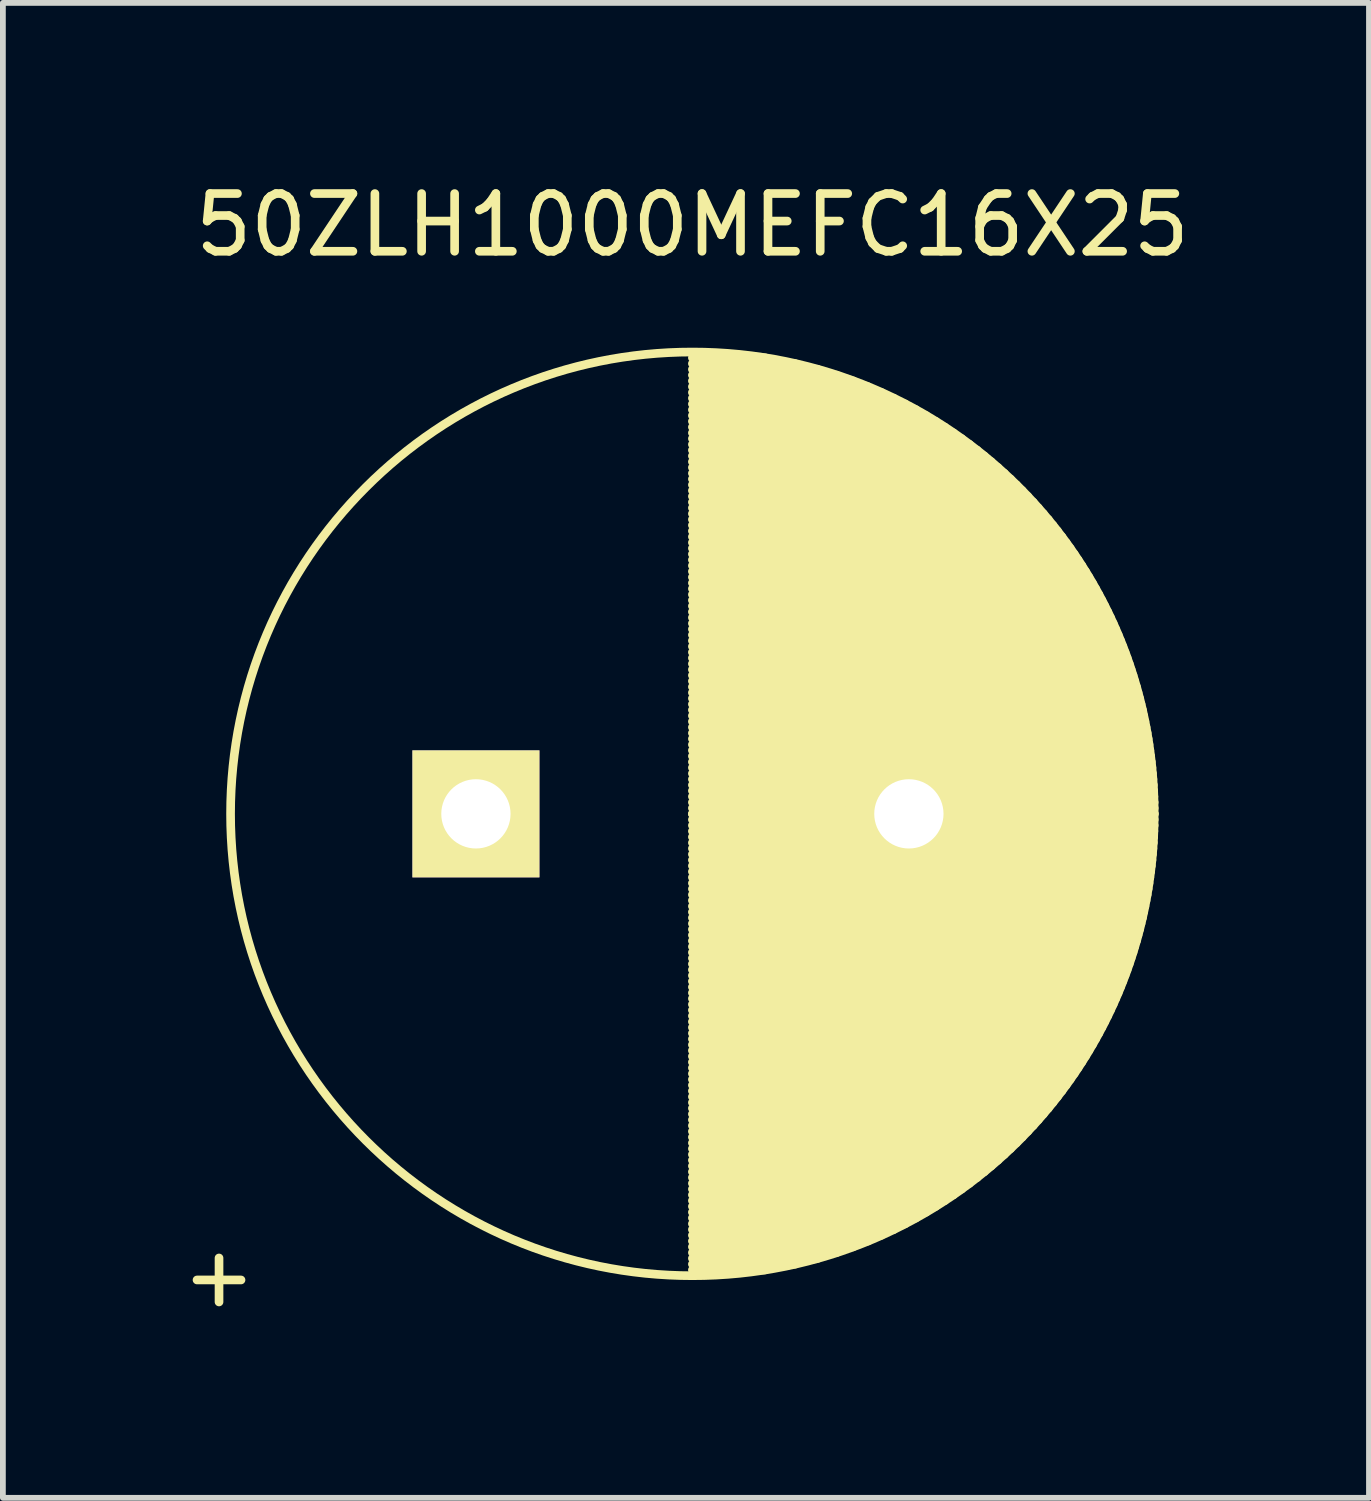
<source format=kicad_pcb>
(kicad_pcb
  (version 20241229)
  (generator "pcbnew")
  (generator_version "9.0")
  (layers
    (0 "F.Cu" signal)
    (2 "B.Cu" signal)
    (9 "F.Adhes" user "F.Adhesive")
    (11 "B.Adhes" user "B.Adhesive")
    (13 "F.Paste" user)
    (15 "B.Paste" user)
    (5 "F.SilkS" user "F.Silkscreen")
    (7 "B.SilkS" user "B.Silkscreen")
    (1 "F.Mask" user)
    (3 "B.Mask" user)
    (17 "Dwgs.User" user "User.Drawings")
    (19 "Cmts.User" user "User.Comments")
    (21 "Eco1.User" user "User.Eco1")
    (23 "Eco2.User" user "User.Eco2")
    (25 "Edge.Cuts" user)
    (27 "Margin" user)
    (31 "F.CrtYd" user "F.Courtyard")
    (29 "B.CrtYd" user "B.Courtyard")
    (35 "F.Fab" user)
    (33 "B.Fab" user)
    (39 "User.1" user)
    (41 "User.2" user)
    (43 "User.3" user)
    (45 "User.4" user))
  (footprint "50ZLH1000MEFC16X25"
    (layer "F.Cu")
    (at 5.194 11.048)
    (property "Reference" "50ZLH1000MEFC16X25" (at 3.75 -10.2 0) (layer "F.SilkS") (effects (font (size 1 1) (thickness 0.15))))
    (attr through_hole)
    (fp_line (start 3.75 -7.9) (end 5.011 -7.9) (stroke (width 0.15) (type solid)) (layer "F.SilkS"))
    (fp_line (start 3.75 -7.8) (end 5.528 -7.8) (stroke (width 0.15) (type solid)) (layer "F.SilkS"))
    (fp_line (start 3.75 -7.7) (end 5.92 -7.7) (stroke (width 0.15) (type solid)) (layer "F.SilkS"))
    (fp_line (start 3.75 -7.6) (end 6.248 -7.6) (stroke (width 0.15) (type solid)) (layer "F.SilkS"))
    (fp_line (start 3.75 -7.5) (end 6.534 -7.5) (stroke (width 0.15) (type solid)) (layer "F.SilkS"))
    (fp_line (start 3.75 -7.4) (end 6.79 -7.4) (stroke (width 0.15) (type solid)) (layer "F.SilkS"))
    (fp_line (start 3.75 -7.3) (end 7.023 -7.3) (stroke (width 0.15) (type solid)) (layer "F.SilkS"))
    (fp_line (start 3.75 -7.2) (end 7.237 -7.2) (stroke (width 0.15) (type solid)) (layer "F.SilkS"))
    (fp_line (start 3.75 -7.1) (end 7.436 -7.1) (stroke (width 0.15) (type solid)) (layer "F.SilkS"))
    (fp_line (start 3.75 -7) (end 7.623 -7) (stroke (width 0.15) (type solid)) (layer "F.SilkS"))
    (fp_line (start 3.75 -6.9) (end 7.798 -6.9) (stroke (width 0.15) (type solid)) (layer "F.SilkS"))
    (fp_line (start 3.75 -6.8) (end 7.964 -6.8) (stroke (width 0.15) (type solid)) (layer "F.SilkS"))
    (fp_line (start 3.75 -6.7) (end 8.121 -6.7) (stroke (width 0.15) (type solid)) (layer "F.SilkS"))
    (fp_line (start 3.75 -6.6) (end 8.271 -6.6) (stroke (width 0.15) (type solid)) (layer "F.SilkS"))
    (fp_line (start 3.75 -6.5) (end 8.414 -6.5) (stroke (width 0.15) (type solid)) (layer "F.SilkS"))
    (fp_line (start 3.75 -6.4) (end 8.55 -6.4) (stroke (width 0.15) (type solid)) (layer "F.SilkS"))
    (fp_line (start 3.75 -6.3) (end 8.681 -6.3) (stroke (width 0.15) (type solid)) (layer "F.SilkS"))
    (fp_line (start 3.75 -6.2) (end 8.806 -6.2) (stroke (width 0.15) (type solid)) (layer "F.SilkS"))
    (fp_line (start 3.75 -6.1) (end 8.926 -6.1) (stroke (width 0.15) (type solid)) (layer "F.SilkS"))
    (fp_line (start 3.75 -6) (end 9.042 -6) (stroke (width 0.15) (type solid)) (layer "F.SilkS"))
    (fp_line (start 3.75 -5.9) (end 9.153 -5.9) (stroke (width 0.15) (type solid)) (layer "F.SilkS"))
    (fp_line (start 3.75 -5.8) (end 9.26 -5.8) (stroke (width 0.15) (type solid)) (layer "F.SilkS"))
    (fp_line (start 3.75 -5.7) (end 9.363 -5.7) (stroke (width 0.15) (type solid)) (layer "F.SilkS"))
    (fp_line (start 3.75 -5.6) (end 9.463 -5.6) (stroke (width 0.15) (type solid)) (layer "F.SilkS"))
    (fp_line (start 3.75 -5.5) (end 9.559 -5.5) (stroke (width 0.15) (type solid)) (layer "F.SilkS"))
    (fp_line (start 3.75 -5.4) (end 9.653 -5.4) (stroke (width 0.15) (type solid)) (layer "F.SilkS"))
    (fp_line (start 3.75 -5.3) (end 9.742 -5.3) (stroke (width 0.15) (type solid)) (layer "F.SilkS"))
    (fp_line (start 3.75 -5.2) (end 9.829 -5.2) (stroke (width 0.15) (type solid)) (layer "F.SilkS"))
    (fp_line (start 3.75 -5.1) (end 9.914 -5.1) (stroke (width 0.15) (type solid)) (layer "F.SilkS"))
    (fp_line (start 3.75 -5) (end 9.995 -5) (stroke (width 0.15) (type solid)) (layer "F.SilkS"))
    (fp_line (start 3.75 -4.9) (end 10.074 -4.9) (stroke (width 0.15) (type solid)) (layer "F.SilkS"))
    (fp_line (start 3.75 -4.8) (end 10.15 -4.8) (stroke (width 0.15) (type solid)) (layer "F.SilkS"))
    (fp_line (start 3.75 -4.7) (end 10.224 -4.7) (stroke (width 0.15) (type solid)) (layer "F.SilkS"))
    (fp_line (start 3.75 -4.6) (end 10.295 -4.6) (stroke (width 0.15) (type solid)) (layer "F.SilkS"))
    (fp_line (start 3.75 -4.5) (end 10.364 -4.5) (stroke (width 0.15) (type solid)) (layer "F.SilkS"))
    (fp_line (start 3.75 -4.4) (end 10.431 -4.4) (stroke (width 0.15) (type solid)) (layer "F.SilkS"))
    (fp_line (start 3.75 -4.3) (end 10.496 -4.3) (stroke (width 0.15) (type solid)) (layer "F.SilkS"))
    (fp_line (start 3.75 -4.2) (end 10.559 -4.2) (stroke (width 0.15) (type solid)) (layer "F.SilkS"))
    (fp_line (start 3.75 -4.1) (end 10.619 -4.1) (stroke (width 0.15) (type solid)) (layer "F.SilkS"))
    (fp_line (start 3.75 -4) (end 10.678 -4) (stroke (width 0.15) (type solid)) (layer "F.SilkS"))
    (fp_line (start 3.75 -3.9) (end 10.735 -3.9) (stroke (width 0.15) (type solid)) (layer "F.SilkS"))
    (fp_line (start 3.75 -3.8) (end 10.79 -3.8) (stroke (width 0.15) (type solid)) (layer "F.SilkS"))
    (fp_line (start 3.75 -3.7) (end 10.843 -3.7) (stroke (width 0.15) (type solid)) (layer "F.SilkS"))
    (fp_line (start 3.75 -3.6) (end 10.894 -3.6) (stroke (width 0.15) (type solid)) (layer "F.SilkS"))
    (fp_line (start 3.75 -3.5) (end 10.944 -3.5) (stroke (width 0.15) (type solid)) (layer "F.SilkS"))
    (fp_line (start 3.75 -3.4) (end 10.992 -3.4) (stroke (width 0.15) (type solid)) (layer "F.SilkS"))
    (fp_line (start 3.75 -3.3) (end 11.038 -3.3) (stroke (width 0.15) (type solid)) (layer "F.SilkS"))
    (fp_line (start 3.75 -3.2) (end 11.082 -3.2) (stroke (width 0.15) (type solid)) (layer "F.SilkS"))
    (fp_line (start 3.75 -3.1) (end 11.125 -3.1) (stroke (width 0.15) (type solid)) (layer "F.SilkS"))
    (fp_line (start 3.75 -3) (end 11.166 -3) (stroke (width 0.15) (type solid)) (layer "F.SilkS"))
    (fp_line (start 3.75 -2.9) (end 11.206 -2.9) (stroke (width 0.15) (type solid)) (layer "F.SilkS"))
    (fp_line (start 3.75 -2.8) (end 11.244 -2.8) (stroke (width 0.15) (type solid)) (layer "F.SilkS"))
    (fp_line (start 3.75 -2.7) (end 11.281 -2.7) (stroke (width 0.15) (type solid)) (layer "F.SilkS"))
    (fp_line (start 3.75 -2.6) (end 11.316 -2.6) (stroke (width 0.15) (type solid)) (layer "F.SilkS"))
    (fp_line (start 3.75 -2.5) (end 11.349 -2.5) (stroke (width 0.15) (type solid)) (layer "F.SilkS"))
    (fp_line (start 3.75 -2.4) (end 11.382 -2.4) (stroke (width 0.15) (type solid)) (layer "F.SilkS"))
    (fp_line (start 3.75 -2.3) (end 11.412 -2.3) (stroke (width 0.15) (type solid)) (layer "F.SilkS"))
    (fp_line (start 3.75 -2.2) (end 11.442 -2.2) (stroke (width 0.15) (type solid)) (layer "F.SilkS"))
    (fp_line (start 3.75 -2.1) (end 11.469 -2.1) (stroke (width 0.15) (type solid)) (layer "F.SilkS"))
    (fp_line (start 3.75 -2) (end 11.496 -2) (stroke (width 0.15) (type solid)) (layer "F.SilkS"))
    (fp_line (start 3.75 -1.9) (end 11.521 -1.9) (stroke (width 0.15) (type solid)) (layer "F.SilkS"))
    (fp_line (start 3.75 -1.8) (end 11.545 -1.8) (stroke (width 0.15) (type solid)) (layer "F.SilkS"))
    (fp_line (start 3.75 -1.7) (end 11.567 -1.7) (stroke (width 0.15) (type solid)) (layer "F.SilkS"))
    (fp_line (start 3.75 -1.6) (end 11.588 -1.6) (stroke (width 0.15) (type solid)) (layer "F.SilkS"))
    (fp_line (start 3.75 -1.5) (end 11.608 -1.5) (stroke (width 0.15) (type solid)) (layer "F.SilkS"))
    (fp_line (start 3.75 -1.4) (end 11.627 -1.4) (stroke (width 0.15) (type solid)) (layer "F.SilkS"))
    (fp_line (start 3.75 -1.3) (end 11.644 -1.3) (stroke (width 0.15) (type solid)) (layer "F.SilkS"))
    (fp_line (start 3.75 -1.2) (end 11.659 -1.2) (stroke (width 0.15) (type solid)) (layer "F.SilkS"))
    (fp_line (start 3.75 -1.1) (end 11.674 -1.1) (stroke (width 0.15) (type solid)) (layer "F.SilkS"))
    (fp_line (start 3.75 -1) (end 11.687 -1) (stroke (width 0.15) (type solid)) (layer "F.SilkS"))
    (fp_line (start 3.75 -0.9) (end 11.699 -0.9) (stroke (width 0.15) (type solid)) (layer "F.SilkS"))
    (fp_line (start 3.75 -0.8) (end 11.71 -0.8) (stroke (width 0.15) (type solid)) (layer "F.SilkS"))
    (fp_line (start 3.75 -0.7) (end 11.719 -0.7) (stroke (width 0.15) (type solid)) (layer "F.SilkS"))
    (fp_line (start 3.75 -0.6) (end 11.727 -0.6) (stroke (width 0.15) (type solid)) (layer "F.SilkS"))
    (fp_line (start 3.75 -0.5) (end 11.734 -0.5) (stroke (width 0.15) (type solid)) (layer "F.SilkS"))
    (fp_line (start 3.75 -0.4) (end 11.74 -0.4) (stroke (width 0.15) (type solid)) (layer "F.SilkS"))
    (fp_line (start 3.75 -0.3) (end 11.744 -0.3) (stroke (width 0.15) (type solid)) (layer "F.SilkS"))
    (fp_line (start 3.75 -0.2) (end 11.748 -0.2) (stroke (width 0.15) (type solid)) (layer "F.SilkS"))
    (fp_line (start 3.75 -0.1) (end 11.749 -0.1) (stroke (width 0.15) (type solid)) (layer "F.SilkS"))
    (fp_line (start 3.75 0) (end 11.75 0) (stroke (width 0.15) (type solid)) (layer "F.SilkS"))
    (fp_line (start 3.75 0) (end 11.75 0) (stroke (width 0.15) (type solid)) (layer "F.SilkS"))
    (fp_line (start 3.75 0.1) (end 11.749 0.1) (stroke (width 0.15) (type solid)) (layer "F.SilkS"))
    (fp_line (start 3.75 0.2) (end 11.748 0.2) (stroke (width 0.15) (type solid)) (layer "F.SilkS"))
    (fp_line (start 3.75 0.3) (end 11.744 0.3) (stroke (width 0.15) (type solid)) (layer "F.SilkS"))
    (fp_line (start 3.75 0.4) (end 11.74 0.4) (stroke (width 0.15) (type solid)) (layer "F.SilkS"))
    (fp_line (start 3.75 0.5) (end 11.734 0.5) (stroke (width 0.15) (type solid)) (layer "F.SilkS"))
    (fp_line (start 3.75 0.6) (end 11.727 0.6) (stroke (width 0.15) (type solid)) (layer "F.SilkS"))
    (fp_line (start 3.75 0.7) (end 11.719 0.7) (stroke (width 0.15) (type solid)) (layer "F.SilkS"))
    (fp_line (start 3.75 0.8) (end 11.71 0.8) (stroke (width 0.15) (type solid)) (layer "F.SilkS"))
    (fp_line (start 3.75 0.9) (end 11.699 0.9) (stroke (width 0.15) (type solid)) (layer "F.SilkS"))
    (fp_line (start 3.75 1) (end 11.687 1) (stroke (width 0.15) (type solid)) (layer "F.SilkS"))
    (fp_line (start 3.75 1.1) (end 11.674 1.1) (stroke (width 0.15) (type solid)) (layer "F.SilkS"))
    (fp_line (start 3.75 1.2) (end 11.659 1.2) (stroke (width 0.15) (type solid)) (layer "F.SilkS"))
    (fp_line (start 3.75 1.3) (end 11.644 1.3) (stroke (width 0.15) (type solid)) (layer "F.SilkS"))
    (fp_line (start 3.75 1.4) (end 11.627 1.4) (stroke (width 0.15) (type solid)) (layer "F.SilkS"))
    (fp_line (start 3.75 1.5) (end 11.608 1.5) (stroke (width 0.15) (type solid)) (layer "F.SilkS"))
    (fp_line (start 3.75 1.6) (end 11.588 1.6) (stroke (width 0.15) (type solid)) (layer "F.SilkS"))
    (fp_line (start 3.75 1.7) (end 11.567 1.7) (stroke (width 0.15) (type solid)) (layer "F.SilkS"))
    (fp_line (start 3.75 1.8) (end 11.545 1.8) (stroke (width 0.15) (type solid)) (layer "F.SilkS"))
    (fp_line (start 3.75 1.9) (end 11.521 1.9) (stroke (width 0.15) (type solid)) (layer "F.SilkS"))
    (fp_line (start 3.75 2) (end 11.496 2) (stroke (width 0.15) (type solid)) (layer "F.SilkS"))
    (fp_line (start 3.75 2.1) (end 11.469 2.1) (stroke (width 0.15) (type solid)) (layer "F.SilkS"))
    (fp_line (start 3.75 2.2) (end 11.442 2.2) (stroke (width 0.15) (type solid)) (layer "F.SilkS"))
    (fp_line (start 3.75 2.3) (end 11.412 2.3) (stroke (width 0.15) (type solid)) (layer "F.SilkS"))
    (fp_line (start 3.75 2.4) (end 11.382 2.4) (stroke (width 0.15) (type solid)) (layer "F.SilkS"))
    (fp_line (start 3.75 2.5) (end 11.349 2.5) (stroke (width 0.15) (type solid)) (layer "F.SilkS"))
    (fp_line (start 3.75 2.6) (end 11.316 2.6) (stroke (width 0.15) (type solid)) (layer "F.SilkS"))
    (fp_line (start 3.75 2.7) (end 11.281 2.7) (stroke (width 0.15) (type solid)) (layer "F.SilkS"))
    (fp_line (start 3.75 2.8) (end 11.244 2.8) (stroke (width 0.15) (type solid)) (layer "F.SilkS"))
    (fp_line (start 3.75 2.9) (end 11.206 2.9) (stroke (width 0.15) (type solid)) (layer "F.SilkS"))
    (fp_line (start 3.75 3) (end 11.166 3) (stroke (width 0.15) (type solid)) (layer "F.SilkS"))
    (fp_line (start 3.75 3.1) (end 11.125 3.1) (stroke (width 0.15) (type solid)) (layer "F.SilkS"))
    (fp_line (start 3.75 3.2) (end 11.082 3.2) (stroke (width 0.15) (type solid)) (layer "F.SilkS"))
    (fp_line (start 3.75 3.3) (end 11.038 3.3) (stroke (width 0.15) (type solid)) (layer "F.SilkS"))
    (fp_line (start 3.75 3.4) (end 10.992 3.4) (stroke (width 0.15) (type solid)) (layer "F.SilkS"))
    (fp_line (start 3.75 3.5) (end 10.944 3.5) (stroke (width 0.15) (type solid)) (layer "F.SilkS"))
    (fp_line (start 3.75 3.6) (end 10.894 3.6) (stroke (width 0.15) (type solid)) (layer "F.SilkS"))
    (fp_line (start 3.75 3.7) (end 10.843 3.7) (stroke (width 0.15) (type solid)) (layer "F.SilkS"))
    (fp_line (start 3.75 3.8) (end 10.79 3.8) (stroke (width 0.15) (type solid)) (layer "F.SilkS"))
    (fp_line (start 3.75 3.9) (end 10.735 3.9) (stroke (width 0.15) (type solid)) (layer "F.SilkS"))
    (fp_line (start 3.75 4) (end 10.678 4) (stroke (width 0.15) (type solid)) (layer "F.SilkS"))
    (fp_line (start 3.75 4.1) (end 10.619 4.1) (stroke (width 0.15) (type solid)) (layer "F.SilkS"))
    (fp_line (start 3.75 4.2) (end 10.559 4.2) (stroke (width 0.15) (type solid)) (layer "F.SilkS"))
    (fp_line (start 3.75 4.3) (end 10.496 4.3) (stroke (width 0.15) (type solid)) (layer "F.SilkS"))
    (fp_line (start 3.75 4.4) (end 10.431 4.4) (stroke (width 0.15) (type solid)) (layer "F.SilkS"))
    (fp_line (start 3.75 4.5) (end 10.364 4.5) (stroke (width 0.15) (type solid)) (layer "F.SilkS"))
    (fp_line (start 3.75 4.6) (end 10.295 4.6) (stroke (width 0.15) (type solid)) (layer "F.SilkS"))
    (fp_line (start 3.75 4.7) (end 10.224 4.7) (stroke (width 0.15) (type solid)) (layer "F.SilkS"))
    (fp_line (start 3.75 4.8) (end 10.15 4.8) (stroke (width 0.15) (type solid)) (layer "F.SilkS"))
    (fp_line (start 3.75 4.9) (end 10.074 4.9) (stroke (width 0.15) (type solid)) (layer "F.SilkS"))
    (fp_line (start 3.75 5) (end 9.995 5) (stroke (width 0.15) (type solid)) (layer "F.SilkS"))
    (fp_line (start 3.75 5.1) (end 9.914 5.1) (stroke (width 0.15) (type solid)) (layer "F.SilkS"))
    (fp_line (start 3.75 5.2) (end 9.829 5.2) (stroke (width 0.15) (type solid)) (layer "F.SilkS"))
    (fp_line (start 3.75 5.3) (end 9.742 5.3) (stroke (width 0.15) (type solid)) (layer "F.SilkS"))
    (fp_line (start 3.75 5.4) (end 9.653 5.4) (stroke (width 0.15) (type solid)) (layer "F.SilkS"))
    (fp_line (start 3.75 5.5) (end 9.559 5.5) (stroke (width 0.15) (type solid)) (layer "F.SilkS"))
    (fp_line (start 3.75 5.6) (end 9.463 5.6) (stroke (width 0.15) (type solid)) (layer "F.SilkS"))
    (fp_line (start 3.75 5.7) (end 9.363 5.7) (stroke (width 0.15) (type solid)) (layer "F.SilkS"))
    (fp_line (start 3.75 5.8) (end 9.26 5.8) (stroke (width 0.15) (type solid)) (layer "F.SilkS"))
    (fp_line (start 3.75 5.9) (end 9.153 5.9) (stroke (width 0.15) (type solid)) (layer "F.SilkS"))
    (fp_line (start 3.75 6) (end 9.042 6) (stroke (width 0.15) (type solid)) (layer "F.SilkS"))
    (fp_line (start 3.75 6.1) (end 8.926 6.1) (stroke (width 0.15) (type solid)) (layer "F.SilkS"))
    (fp_line (start 3.75 6.2) (end 8.806 6.2) (stroke (width 0.15) (type solid)) (layer "F.SilkS"))
    (fp_line (start 3.75 6.3) (end 8.681 6.3) (stroke (width 0.15) (type solid)) (layer "F.SilkS"))
    (fp_line (start 3.75 6.4) (end 8.55 6.4) (stroke (width 0.15) (type solid)) (layer "F.SilkS"))
    (fp_line (start 3.75 6.5) (end 8.414 6.5) (stroke (width 0.15) (type solid)) (layer "F.SilkS"))
    (fp_line (start 3.75 6.6) (end 8.271 6.6) (stroke (width 0.15) (type solid)) (layer "F.SilkS"))
    (fp_line (start 3.75 6.7) (end 8.121 6.7) (stroke (width 0.15) (type solid)) (layer "F.SilkS"))
    (fp_line (start 3.75 6.8) (end 7.964 6.8) (stroke (width 0.15) (type solid)) (layer "F.SilkS"))
    (fp_line (start 3.75 6.9) (end 7.798 6.9) (stroke (width 0.15) (type solid)) (layer "F.SilkS"))
    (fp_line (start 3.75 7) (end 7.623 7) (stroke (width 0.15) (type solid)) (layer "F.SilkS"))
    (fp_line (start 3.75 7.1) (end 7.436 7.1) (stroke (width 0.15) (type solid)) (layer "F.SilkS"))
    (fp_line (start 3.75 7.2) (end 7.237 7.2) (stroke (width 0.15) (type solid)) (layer "F.SilkS"))
    (fp_line (start 3.75 7.3) (end 7.023 7.3) (stroke (width 0.15) (type solid)) (layer "F.SilkS"))
    (fp_line (start 3.75 7.4) (end 6.79 7.4) (stroke (width 0.15) (type solid)) (layer "F.SilkS"))
    (fp_line (start 3.75 7.5) (end 6.534 7.5) (stroke (width 0.15) (type solid)) (layer "F.SilkS"))
    (fp_line (start 3.75 7.6) (end 6.248 7.6) (stroke (width 0.15) (type solid)) (layer "F.SilkS"))
    (fp_line (start 3.75 7.7) (end 5.92 7.7) (stroke (width 0.15) (type solid)) (layer "F.SilkS"))
    (fp_line (start 3.75 7.8) (end 5.528 7.8) (stroke (width 0.15) (type solid)) (layer "F.SilkS"))
    (fp_line (start 3.75 7.9) (end 5.011 7.9) (stroke (width 0.15) (type solid)) (layer "F.SilkS"))
    (fp_circle (center 3.75 0) (end 3.75 -8) (stroke (width 0.15) (type solid)) (fill no) (layer "F.SilkS"))
    (fp_text user "+" (at -4.45 8 0) (layer "F.SilkS") (effects (font (size 1 1) (thickness 0.15))))
    (pad "1" thru_hole rect (at 0 0) (size 2.2 2.2) (drill 1.2) (layers "*.Cu" "*.Mask" "F.SilkS"))
    (pad "2" thru_hole circle (at 7.5 0) (size 2.2 2.2) (drill 1.2) (layers "*.Cu" "*.Mask" "F.SilkS")))
  (gr_rect
    (start -3 -3)
    (end 20.664 22.896)
    (stroke (width 0.1) (type default))
    (fill no)
    (layer "Edge.Cuts")))
</source>
